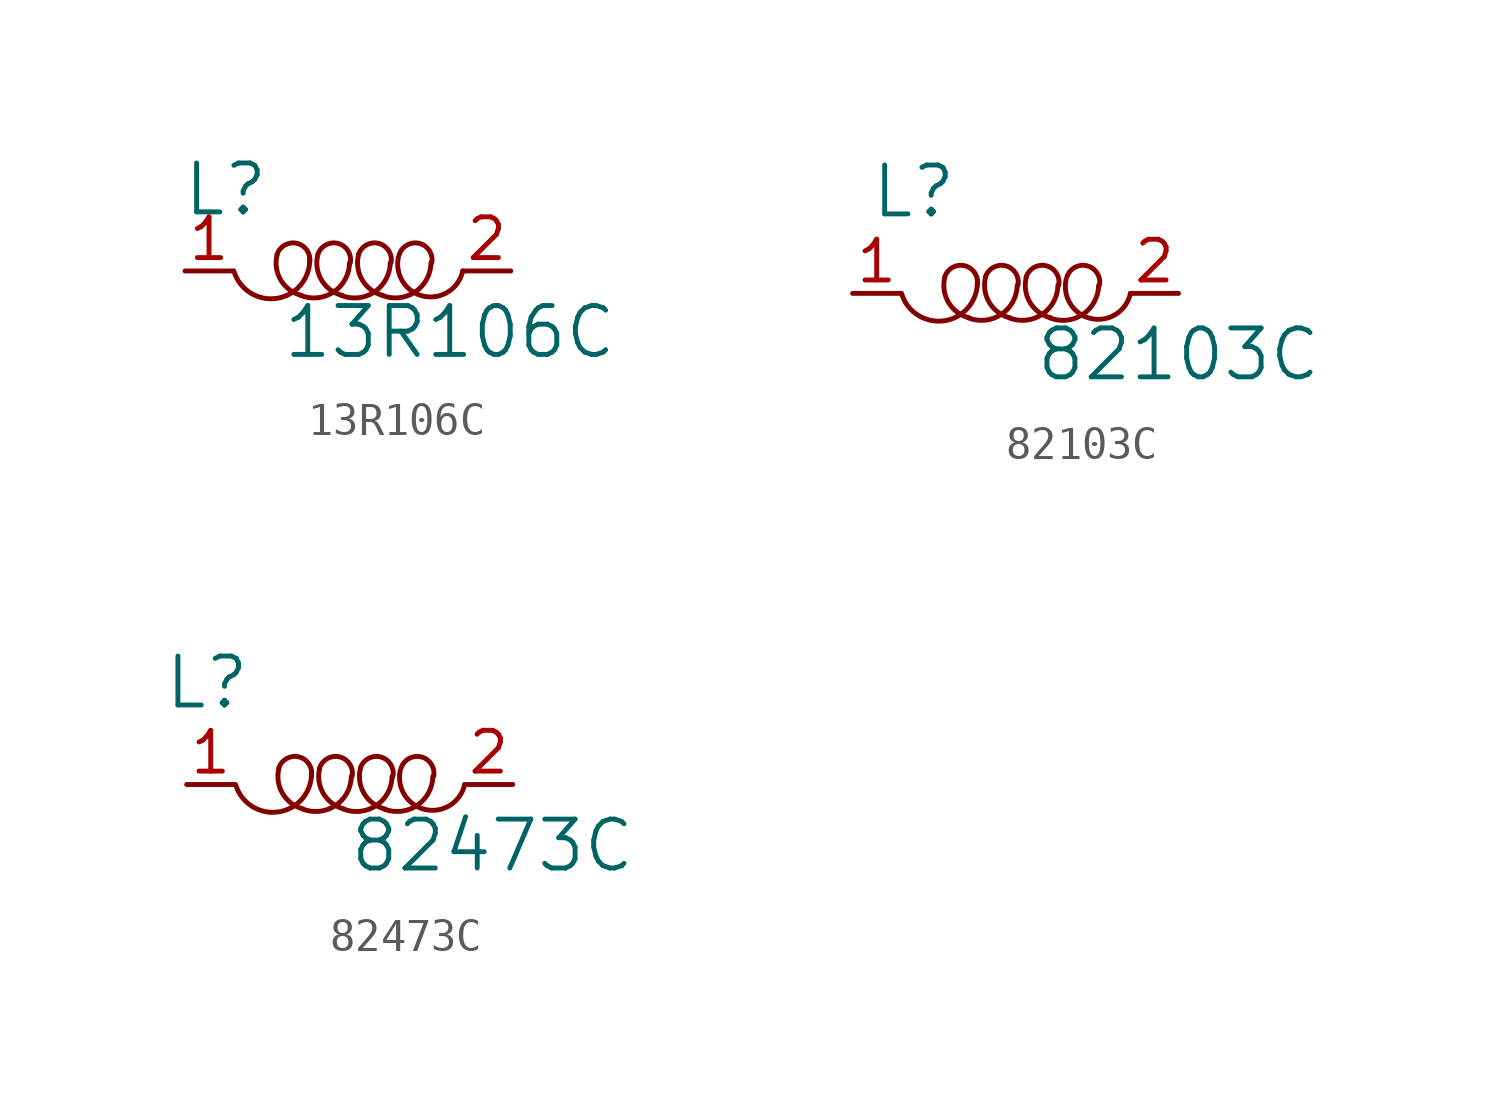
<source format=kicad_sym>
(kicad_symbol_lib
  (version 20231120)
  (generator "kicad_symbol_editor")
  (generator_version "8.0")
  (symbol "13R106C"
    (pin_names
      (offset 1.016))
    (property "Reference" "L"
      (at -3.81 2.54 0)
      (effects (font (size 1.524 1.524))))
    (property "Value" "13R106C"
      (at 3.175 -1.905 0)
      (effects (font (size 1.524 1.524))))
    (symbol "13R106C_0_1"
      (arc (start -3.556 0) (mid -2.1694 -0.8461) (end -1.1938 0.4318) (stroke (width 0) (type solid)) (fill (type none)))
      (arc (start -2.2098 0.508) (mid -2.0918 -0.2848) (end -1.4478 -0.762) (stroke (width 0) (type solid)) (fill (type none)))
      (arc (start -1.4732 -0.762) (mid -0.4347 -0.6489) (end 0.0508 0.254) (stroke (width 0) (type solid)) (fill (type none)))
      (arc (start -1.1938 0.254) (mid -1.5764 0.8583) (end -2.2098 0.508) (stroke (width 0) (type solid)) (fill (type none)))
      (arc (start -0.9398 0.508) (mid -0.8218 -0.2848) (end -0.1778 -0.762) (stroke (width 0) (type solid)) (fill (type none)))
      (arc (start -0.2032 -0.762) (mid 0.8353 -0.6489) (end 1.3208 0.254) (stroke (width 0) (type solid)) (fill (type none)))
      (arc (start 0.0762 0.254) (mid -0.3064 0.8583) (end -0.9398 0.508) (stroke (width 0) (type solid)) (fill (type none)))
      (arc (start 0.3302 0.508) (mid 0.4482 -0.2848) (end 1.0922 -0.762) (stroke (width 0) (type solid)) (fill (type none)))
      (arc (start 1.0668 -0.762) (mid 2.1053 -0.6489) (end 2.5908 0.254) (stroke (width 0) (type solid)) (fill (type none)))
      (arc (start 1.3462 0.254) (mid 0.9636 0.8583) (end 0.3302 0.508) (stroke (width 0) (type solid)) (fill (type none)))
      (arc (start 1.5748 0.4318) (mid 2.3727 -0.7843) (end 3.5814 0) (stroke (width 0) (type solid)) (fill (type none)))
      (arc (start 2.6162 0.254) (mid 2.2336 0.8583) (end 1.6002 0.508) (stroke (width 0) (type solid)) (fill (type none))))
    (symbol "13R106C_1_1"
      (pin passive line (at -5.08 0 0) (length 1.499) (name "~" (effects (font (size 1.27 1.27)))) (number "1" (effects (font (size 1.27 1.27)))))
      (pin passive line (at 5.08 0 180) (length 1.499) (name "~" (effects (font (size 1.27 1.27)))) (number "2" (effects (font (size 1.27 1.27)))))))
  (symbol "82103C"
    (pin_names
      (offset 1.016))
    (property "Reference" "L"
      (at -3.175 3.175 0)
      (effects (font (size 1.524 1.524))))
    (property "Value" "82103C"
      (at 5.08 -1.905 0)
      (effects (font (size 1.524 1.524))))
    (symbol "82103C_0_1"
      (arc (start -3.556 0) (mid -2.1694 -0.8461) (end -1.1938 0.4318) (stroke (width 0) (type solid)) (fill (type none)))
      (arc (start -2.2098 0.508) (mid -2.0918 -0.2848) (end -1.4478 -0.762) (stroke (width 0) (type solid)) (fill (type none)))
      (arc (start -1.4732 -0.762) (mid -0.4347 -0.6489) (end 0.0508 0.254) (stroke (width 0) (type solid)) (fill (type none)))
      (arc (start -1.1938 0.254) (mid -1.5764 0.8583) (end -2.2098 0.508) (stroke (width 0) (type solid)) (fill (type none)))
      (arc (start -0.9398 0.508) (mid -0.8218 -0.2848) (end -0.1778 -0.762) (stroke (width 0) (type solid)) (fill (type none)))
      (arc (start -0.2032 -0.762) (mid 0.8353 -0.6489) (end 1.3208 0.254) (stroke (width 0) (type solid)) (fill (type none)))
      (arc (start 0.0762 0.254) (mid -0.3064 0.8583) (end -0.9398 0.508) (stroke (width 0) (type solid)) (fill (type none)))
      (arc (start 0.3302 0.508) (mid 0.4482 -0.2848) (end 1.0922 -0.762) (stroke (width 0) (type solid)) (fill (type none)))
      (arc (start 1.0668 -0.762) (mid 2.1053 -0.6489) (end 2.5908 0.254) (stroke (width 0) (type solid)) (fill (type none)))
      (arc (start 1.3462 0.254) (mid 0.9636 0.8583) (end 0.3302 0.508) (stroke (width 0) (type solid)) (fill (type none)))
      (arc (start 1.5748 0.4318) (mid 2.3727 -0.7843) (end 3.5814 0) (stroke (width 0) (type solid)) (fill (type none)))
      (arc (start 2.6162 0.254) (mid 2.2336 0.8583) (end 1.6002 0.508) (stroke (width 0) (type solid)) (fill (type none))))
    (symbol "82103C_1_1"
      (pin passive line (at -5.08 0 0) (length 1.499) (name "~" (effects (font (size 1.27 1.27)))) (number "1" (effects (font (size 1.27 1.27)))))
      (pin passive line (at 5.08 0 180) (length 1.499) (name "~" (effects (font (size 1.27 1.27)))) (number "2" (effects (font (size 1.27 1.27)))))))
  (symbol "82473C"
    (pin_names
      (offset 1.016))
    (property "Reference" "L"
      (at -4.445 3.175 0)
      (effects (font (size 1.524 1.524))))
    (property "Value" "82473C"
      (at 4.445 -1.905 0)
      (effects (font (size 1.524 1.524))))
    (symbol "82473C_0_1"
      (arc (start -3.556 0) (mid -2.1694 -0.8461) (end -1.1938 0.4318) (stroke (width 0) (type solid)) (fill (type none)))
      (arc (start -2.2098 0.508) (mid -2.0918 -0.2848) (end -1.4478 -0.762) (stroke (width 0) (type solid)) (fill (type none)))
      (arc (start -1.4732 -0.762) (mid -0.4347 -0.6489) (end 0.0508 0.254) (stroke (width 0) (type solid)) (fill (type none)))
      (arc (start -1.1938 0.254) (mid -1.5764 0.8583) (end -2.2098 0.508) (stroke (width 0) (type solid)) (fill (type none)))
      (arc (start -0.9398 0.508) (mid -0.8218 -0.2848) (end -0.1778 -0.762) (stroke (width 0) (type solid)) (fill (type none)))
      (arc (start -0.2032 -0.762) (mid 0.8353 -0.6489) (end 1.3208 0.254) (stroke (width 0) (type solid)) (fill (type none)))
      (arc (start 0.0762 0.254) (mid -0.3064 0.8583) (end -0.9398 0.508) (stroke (width 0) (type solid)) (fill (type none)))
      (arc (start 0.3302 0.508) (mid 0.4482 -0.2848) (end 1.0922 -0.762) (stroke (width 0) (type solid)) (fill (type none)))
      (arc (start 1.0668 -0.762) (mid 2.1053 -0.6489) (end 2.5908 0.254) (stroke (width 0) (type solid)) (fill (type none)))
      (arc (start 1.3462 0.254) (mid 0.9636 0.8583) (end 0.3302 0.508) (stroke (width 0) (type solid)) (fill (type none)))
      (arc (start 1.5748 0.4318) (mid 2.3727 -0.7843) (end 3.5814 0) (stroke (width 0) (type solid)) (fill (type none)))
      (arc (start 2.6162 0.254) (mid 2.2336 0.8583) (end 1.6002 0.508) (stroke (width 0) (type solid)) (fill (type none))))
    (symbol "82473C_1_1"
      (pin passive line (at -5.08 0 0) (length 1.499) (name "~" (effects (font (size 1.27 1.27)))) (number "1" (effects (font (size 1.27 1.27)))))
      (pin passive line (at 5.08 0 180) (length 1.499) (name "~" (effects (font (size 1.27 1.27)))) (number "2" (effects (font (size 1.27 1.27))))))))
</source>
